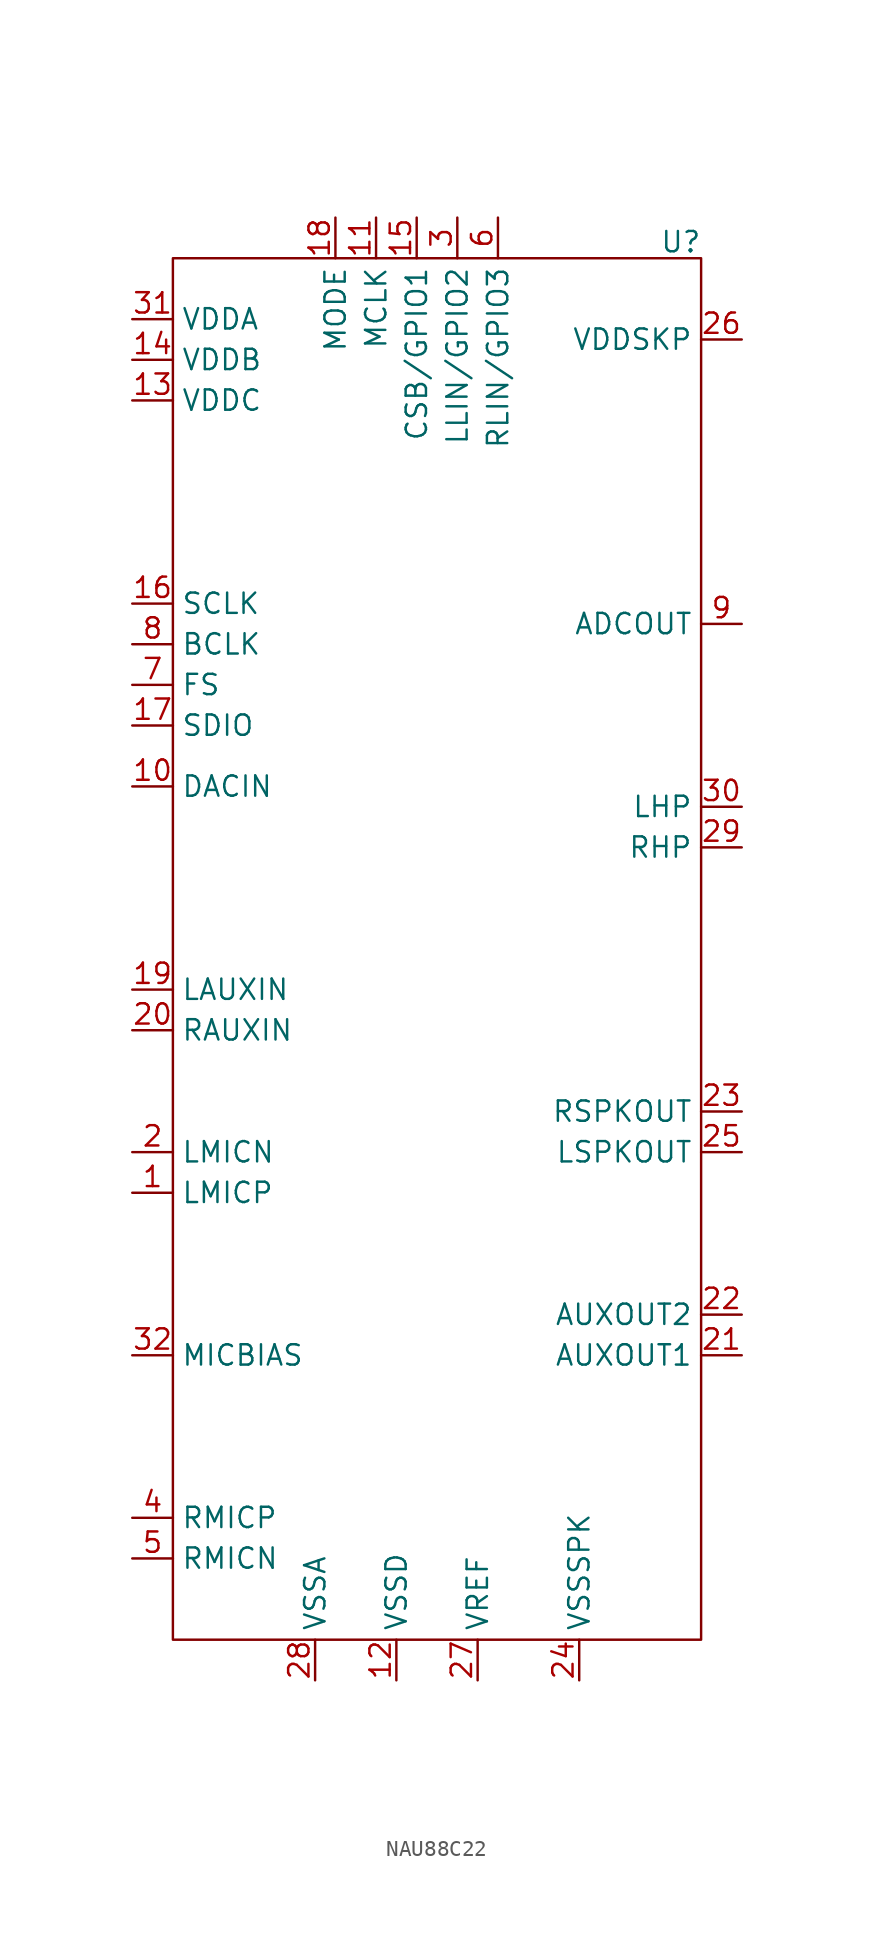
<source format=kicad_sym>
(kicad_symbol_lib
  (version 20231120)
  (generator "kicad_symbol_editor")
  (generator_version "8.0")
  (symbol "NAU88C22"
    (property "Reference" "U"
      (at 16.51 42.926 0)
      (effects (font (size 1.27 1.27))))
    (property "Value" ""
      (at -17.78 -15.24 0)
      (effects (font (size 1.27 1.27))))
    (symbol "NAU88C22_0_0"
      (pin input line (at -17.78 -16.51 0) (length 2.54) (name "LMICP" (effects (font (size 1.27 1.27)))) (number "1" (effects (font (size 1.27 1.27)))))
      (pin input line (at -17.78 8.89 0) (length 2.54) (name "DACIN" (effects (font (size 1.27 1.27)))) (number "10" (effects (font (size 1.27 1.27)))))
      (pin input line (at -2.54 44.45 270) (length 2.54) (name "MCLK" (effects (font (size 1.27 1.27)))) (number "11" (effects (font (size 1.27 1.27)))))
      (pin power_in line (at -1.27 -46.99 90) (length 2.54) (name "VSSD" (effects (font (size 1.27 1.27)))) (number "12" (effects (font (size 1.27 1.27)))))
      (pin power_in line (at -17.78 33.02 0) (length 2.54) (name "VDDC" (effects (font (size 1.27 1.27)))) (number "13" (effects (font (size 1.27 1.27)))))
      (pin power_in line (at -17.78 35.56 0) (length 2.54) (name "VDDB" (effects (font (size 1.27 1.27)))) (number "14" (effects (font (size 1.27 1.27)))))
      (pin bidirectional line (at 0 44.45 270) (length 2.54) (name "CSB/GPIO1" (effects (font (size 1.27 1.27)))) (number "15" (effects (font (size 1.27 1.27)))))
      (pin input line (at -17.78 20.32 0) (length 2.54) (name "SCLK" (effects (font (size 1.27 1.27)))) (number "16" (effects (font (size 1.27 1.27)))))
      (pin bidirectional line (at -17.78 12.7 0) (length 2.54) (name "SDIO" (effects (font (size 1.27 1.27)))) (number "17" (effects (font (size 1.27 1.27)))))
      (pin input line (at -5.08 44.45 270) (length 2.54) (name "MODE" (effects (font (size 1.27 1.27)))) (number "18" (effects (font (size 1.27 1.27)))))
      (pin input line (at -17.78 -3.81 0) (length 2.54) (name "LAUXIN" (effects (font (size 1.27 1.27)))) (number "19" (effects (font (size 1.27 1.27)))))
      (pin input line (at -17.78 -13.97 0) (length 2.54) (name "LMICN" (effects (font (size 1.27 1.27)))) (number "2" (effects (font (size 1.27 1.27)))))
      (pin input line (at -17.78 -6.35 0) (length 2.54) (name "RAUXIN" (effects (font (size 1.27 1.27)))) (number "20" (effects (font (size 1.27 1.27)))))
      (pin output line (at 20.32 -26.67 180) (length 2.54) (name "AUXOUT1" (effects (font (size 1.27 1.27)))) (number "21" (effects (font (size 1.27 1.27)))))
      (pin output line (at 20.32 -24.13 180) (length 2.54) (name "AUXOUT2" (effects (font (size 1.27 1.27)))) (number "22" (effects (font (size 1.27 1.27)))))
      (pin output line (at 20.32 -11.43 180) (length 2.54) (name "RSPKOUT" (effects (font (size 1.27 1.27)))) (number "23" (effects (font (size 1.27 1.27)))))
      (pin power_out line (at 10.16 -46.99 90) (length 2.54) (name "VSSSPK" (effects (font (size 1.27 1.27)))) (number "24" (effects (font (size 1.27 1.27)))))
      (pin output line (at 20.32 -13.97 180) (length 2.54) (name "LSPKOUT" (effects (font (size 1.27 1.27)))) (number "25" (effects (font (size 1.27 1.27)))))
      (pin input line (at 20.32 36.83 180) (length 2.54) (name "VDDSKP" (effects (font (size 1.27 1.27)))) (number "26" (effects (font (size 1.27 1.27)))))
      (pin input line (at 3.81 -46.99 90) (length 2.54) (name "VREF" (effects (font (size 1.27 1.27)))) (number "27" (effects (font (size 1.27 1.27)))))
      (pin power_out line (at -6.35 -46.99 90) (length 2.54) (name "VSSA" (effects (font (size 1.27 1.27)))) (number "28" (effects (font (size 1.27 1.27)))))
      (pin output line (at 20.32 5.08 180) (length 2.54) (name "RHP" (effects (font (size 1.27 1.27)))) (number "29" (effects (font (size 1.27 1.27)))))
      (pin bidirectional line (at 2.54 44.45 270) (length 2.54) (name "LLIN/GPIO2" (effects (font (size 1.27 1.27)))) (number "3" (effects (font (size 1.27 1.27)))))
      (pin output line (at 20.32 7.62 180) (length 2.54) (name "LHP" (effects (font (size 1.27 1.27)))) (number "30" (effects (font (size 1.27 1.27)))))
      (pin power_in line (at -17.78 38.1 0) (length 2.54) (name "VDDA" (effects (font (size 1.27 1.27)))) (number "31" (effects (font (size 1.27 1.27)))))
      (pin output line (at -17.78 -26.67 0) (length 2.54) (name "MICBIAS" (effects (font (size 1.27 1.27)))) (number "32" (effects (font (size 1.27 1.27)))))
      (pin input line (at -17.78 -36.83 0) (length 2.54) (name "RMICP" (effects (font (size 1.27 1.27)))) (number "4" (effects (font (size 1.27 1.27)))))
      (pin input line (at -17.78 -39.37 0) (length 2.54) (name "RMICN" (effects (font (size 1.27 1.27)))) (number "5" (effects (font (size 1.27 1.27)))))
      (pin bidirectional line (at 5.08 44.45 270) (length 2.54) (name "RLIN/GPIO3" (effects (font (size 1.27 1.27)))) (number "6" (effects (font (size 1.27 1.27)))))
      (pin bidirectional line (at -17.78 15.24 0) (length 2.54) (name "FS" (effects (font (size 1.27 1.27)))) (number "7" (effects (font (size 1.27 1.27)))))
      (pin bidirectional line (at -17.78 17.78 0) (length 2.54) (name "BCLK" (effects (font (size 1.27 1.27)))) (number "8" (effects (font (size 1.27 1.27)))))
      (pin output line (at 20.32 19.05 180) (length 2.54) (name "ADCOUT" (effects (font (size 1.27 1.27)))) (number "9" (effects (font (size 1.27 1.27))))))
    (symbol "NAU88C22_1_1"
      (rectangle (start -15.24 41.91) (end 17.78 -44.45) (stroke (width 0) (type default)) (fill (type none))))))
</source>
